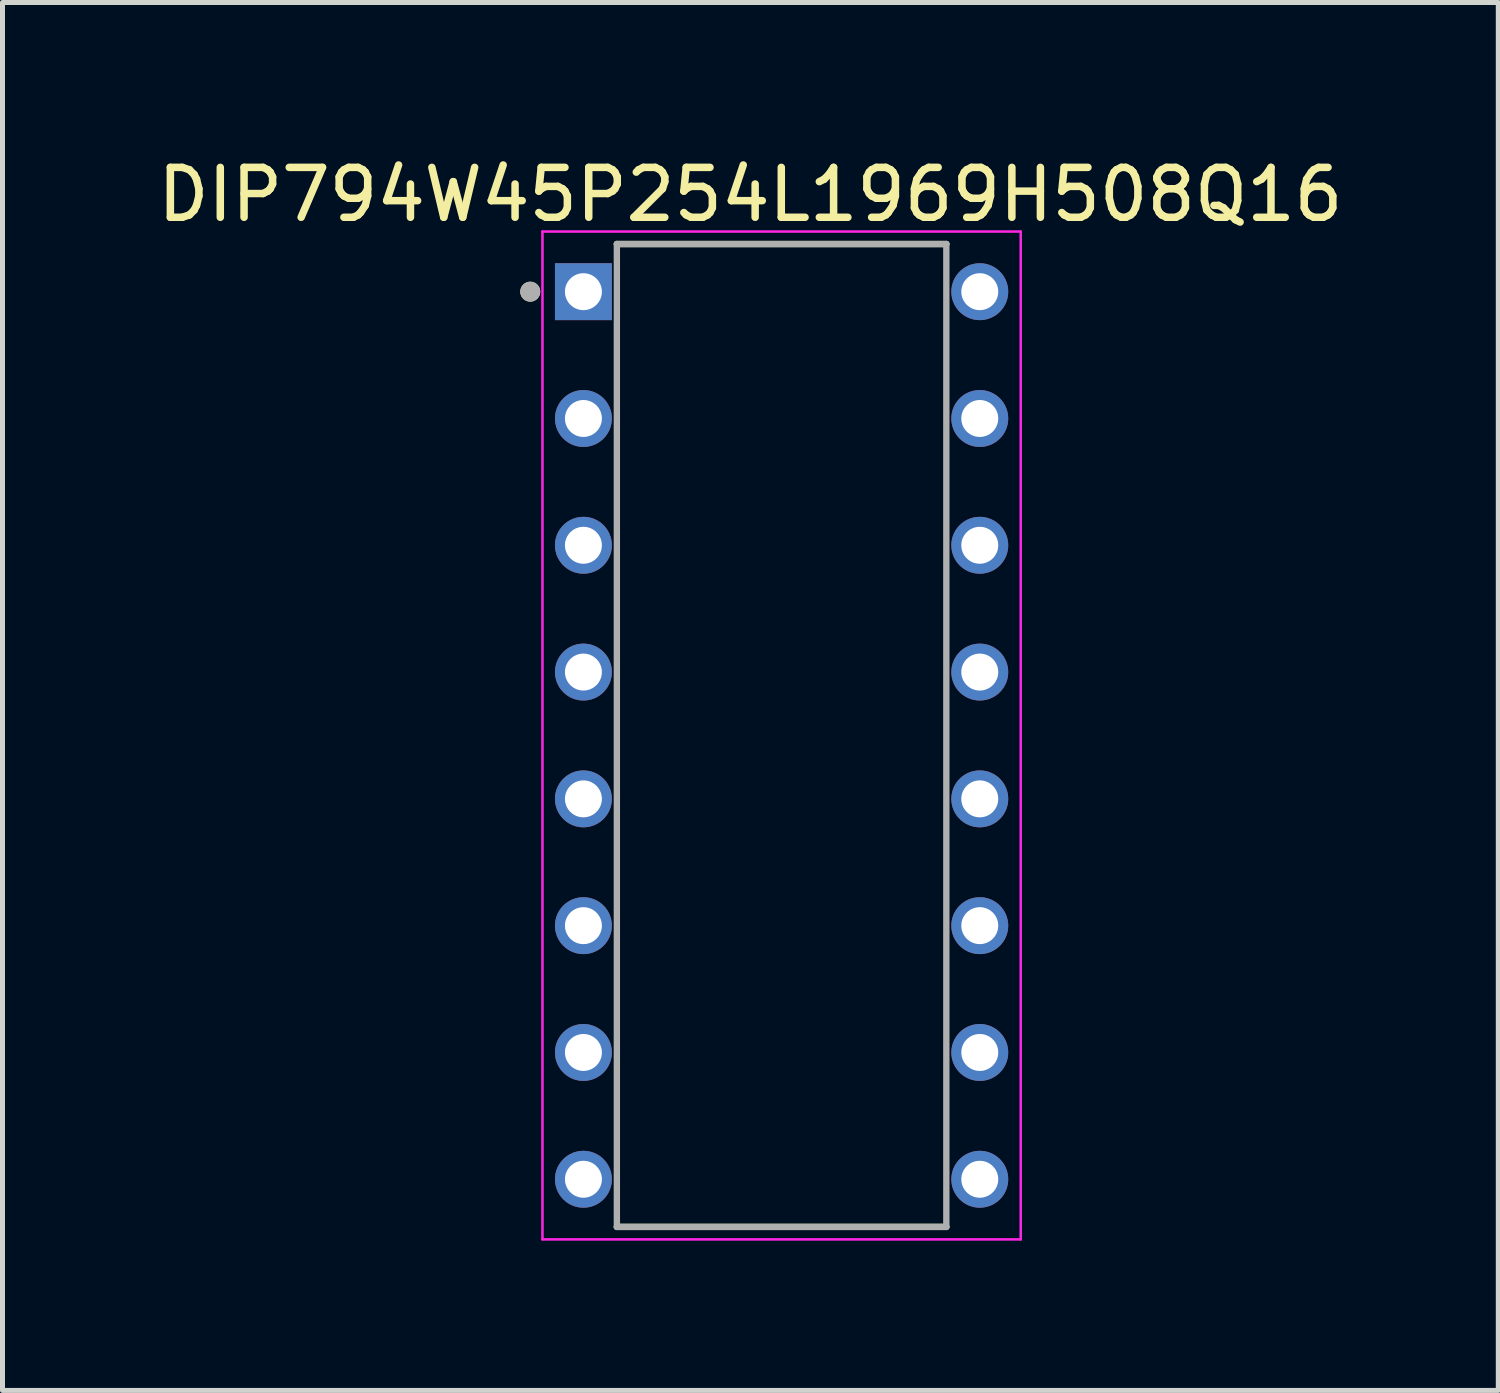
<source format=kicad_pcb>
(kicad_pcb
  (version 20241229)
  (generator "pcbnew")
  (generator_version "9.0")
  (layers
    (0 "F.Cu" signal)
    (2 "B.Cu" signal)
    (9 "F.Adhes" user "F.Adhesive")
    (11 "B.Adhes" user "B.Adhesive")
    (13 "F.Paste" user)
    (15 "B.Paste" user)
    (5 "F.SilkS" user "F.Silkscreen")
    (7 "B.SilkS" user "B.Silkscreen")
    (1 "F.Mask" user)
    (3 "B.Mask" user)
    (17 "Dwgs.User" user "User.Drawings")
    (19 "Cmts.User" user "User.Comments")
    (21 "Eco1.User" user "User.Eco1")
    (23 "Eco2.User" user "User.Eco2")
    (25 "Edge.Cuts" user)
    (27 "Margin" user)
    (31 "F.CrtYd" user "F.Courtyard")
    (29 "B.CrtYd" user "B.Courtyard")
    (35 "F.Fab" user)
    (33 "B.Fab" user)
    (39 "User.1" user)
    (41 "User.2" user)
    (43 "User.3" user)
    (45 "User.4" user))
  (footprint "DIP794W45P254L1969H508Q16"
    (layer "F.Cu")
    (at 12.607 11.683)
    (property "Reference" "DIP794W45P254L1969H508Q16" (at -0.625 -10.835 0) (layer "F.SilkS") (effects (font (size 1 1) (thickness 0.15))))
    (attr through_hole)
    (fp_line (start -3.3 -9.845) (end 3.3 -9.845) (stroke (width 0.127) (type solid)) (layer "F.SilkS"))
    (fp_line (start -3.3 9.845) (end 3.3 9.845) (stroke (width 0.127) (type solid)) (layer "F.SilkS"))
    (fp_circle (center -5.035 -8.89) (end -4.935 -8.89) (stroke (width 0.2) (type solid)) (fill no) (layer "F.SilkS"))
    (fp_line (start -4.79 -10.095) (end -4.79 10.095) (stroke (width 0.05) (type solid)) (layer "F.CrtYd"))
    (fp_line (start 4.79 -10.095) (end -4.79 -10.095) (stroke (width 0.05) (type solid)) (layer "F.CrtYd"))
    (fp_line (start 4.79 -10.095) (end 4.79 10.095) (stroke (width 0.05) (type solid)) (layer "F.CrtYd"))
    (fp_line (start 4.79 10.095) (end -4.79 10.095) (stroke (width 0.05) (type solid)) (layer "F.CrtYd"))
    (fp_line (start -3.3 -9.845) (end -3.3 9.845) (stroke (width 0.127) (type solid)) (layer "F.Fab"))
    (fp_line (start -3.3 -9.845) (end 3.3 -9.845) (stroke (width 0.127) (type solid)) (layer "F.Fab"))
    (fp_line (start -3.3 9.845) (end 3.3 9.845) (stroke (width 0.127) (type solid)) (layer "F.Fab"))
    (fp_line (start 3.3 -9.845) (end 3.3 9.845) (stroke (width 0.127) (type solid)) (layer "F.Fab"))
    (fp_circle (center -5.035 -8.89) (end -4.935 -8.89) (stroke (width 0.2) (type solid)) (fill no) (layer "F.Fab"))
    (pad "1" thru_hole rect (at -3.97 -8.89) (size 1.14 1.14) (drill 0.74) (layers "*.Cu" "*.Mask"))
    (pad "2" thru_hole circle (at -3.97 -6.35) (size 1.14 1.14) (drill 0.74) (layers "*.Cu" "*.Mask"))
    (pad "3" thru_hole circle (at -3.97 -3.81) (size 1.14 1.14) (drill 0.74) (layers "*.Cu" "*.Mask"))
    (pad "4" thru_hole circle (at -3.97 -1.27) (size 1.14 1.14) (drill 0.74) (layers "*.Cu" "*.Mask"))
    (pad "5" thru_hole circle (at -3.97 1.27) (size 1.14 1.14) (drill 0.74) (layers "*.Cu" "*.Mask"))
    (pad "6" thru_hole circle (at -3.97 3.81) (size 1.14 1.14) (drill 0.74) (layers "*.Cu" "*.Mask"))
    (pad "7" thru_hole circle (at -3.97 6.35) (size 1.14 1.14) (drill 0.74) (layers "*.Cu" "*.Mask"))
    (pad "8" thru_hole circle (at -3.97 8.89) (size 1.14 1.14) (drill 0.74) (layers "*.Cu" "*.Mask"))
    (pad "9" thru_hole circle (at 3.97 8.89) (size 1.14 1.14) (drill 0.74) (layers "*.Cu" "*.Mask"))
    (pad "10" thru_hole circle (at 3.97 6.35) (size 1.14 1.14) (drill 0.74) (layers "*.Cu" "*.Mask"))
    (pad "11" thru_hole circle (at 3.97 3.81) (size 1.14 1.14) (drill 0.74) (layers "*.Cu" "*.Mask"))
    (pad "12" thru_hole circle (at 3.97 1.27) (size 1.14 1.14) (drill 0.74) (layers "*.Cu" "*.Mask"))
    (pad "13" thru_hole circle (at 3.97 -1.27) (size 1.14 1.14) (drill 0.74) (layers "*.Cu" "*.Mask"))
    (pad "14" thru_hole circle (at 3.97 -3.81) (size 1.14 1.14) (drill 0.74) (layers "*.Cu" "*.Mask"))
    (pad "15" thru_hole circle (at 3.97 -6.35) (size 1.14 1.14) (drill 0.74) (layers "*.Cu" "*.Mask"))
    (pad "16" thru_hole circle (at 3.97 -8.89) (size 1.14 1.14) (drill 0.74) (layers "*.Cu" "*.Mask")))
  (gr_rect
    (start -3 -3)
    (end 26.964 24.803)
    (stroke (width 0.1) (type default))
    (fill no)
    (layer "Edge.Cuts")))
</source>
